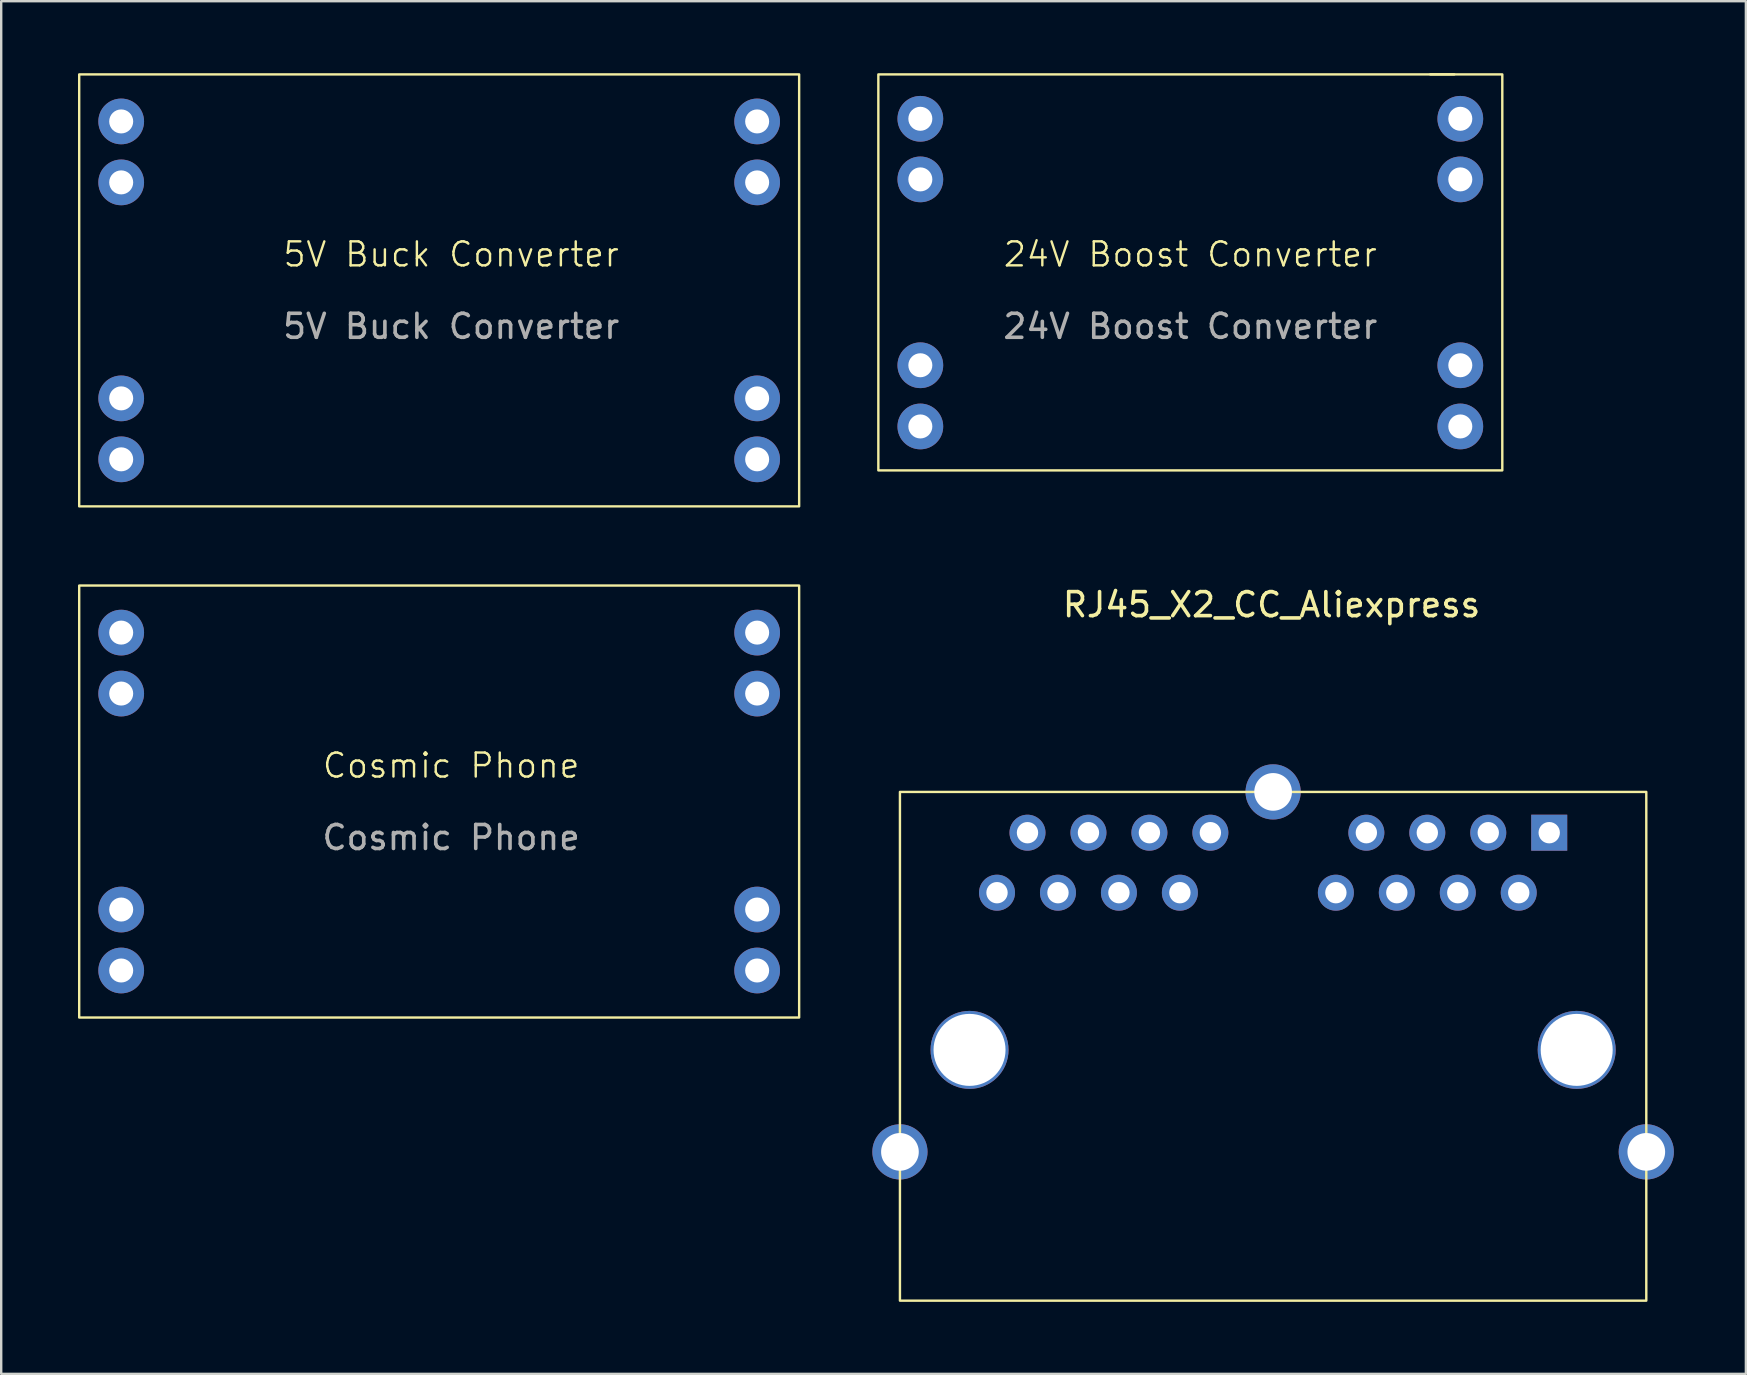
<source format=kicad_pcb>
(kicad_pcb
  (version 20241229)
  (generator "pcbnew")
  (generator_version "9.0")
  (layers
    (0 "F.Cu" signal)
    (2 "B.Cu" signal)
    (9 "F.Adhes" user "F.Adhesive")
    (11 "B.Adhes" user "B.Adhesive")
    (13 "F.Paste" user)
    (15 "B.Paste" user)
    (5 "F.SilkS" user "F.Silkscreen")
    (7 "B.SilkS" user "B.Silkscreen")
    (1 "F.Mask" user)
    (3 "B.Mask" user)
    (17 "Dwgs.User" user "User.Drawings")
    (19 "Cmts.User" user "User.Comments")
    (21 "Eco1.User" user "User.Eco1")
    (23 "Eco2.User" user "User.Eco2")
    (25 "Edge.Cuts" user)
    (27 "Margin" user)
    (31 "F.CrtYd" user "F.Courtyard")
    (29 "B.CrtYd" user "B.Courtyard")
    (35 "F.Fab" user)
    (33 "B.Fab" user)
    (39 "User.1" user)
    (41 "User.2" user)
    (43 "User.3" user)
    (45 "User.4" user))
  (footprint "5V Buck Converter"
    (layer "F.Cu")
    (at 0.25 18.05)
    (property "Reference" "5V Buck Converter" (at 15.5 -10.5 0) (unlocked yes) (layer "F.SilkS") (effects (font (size 1 1) (thickness 0.1))))
    (attr smd)
    (fp_rect (start 0 -18) (end 30 0) (stroke (width 0.1) (type solid)) (fill no) (layer "F.SilkS"))
    (fp_text user "${REFERENCE}" (at 15.5 -7.5 0) (unlocked yes) (layer "F.Fab") (effects (font (size 1 1) (thickness 0.15))))
    (pad "1" thru_hole circle (at 1.75 -16.04) (size 1.905 1.905) (drill 1) (layers "*.Cu" "*.Mask"))
    (pad "2" thru_hole circle (at 1.75 -13.5) (size 1.905 1.905) (drill 1) (layers "*.Cu" "*.Mask"))
    (pad "3" thru_hole circle (at 1.75 -4.5) (size 1.905 1.905) (drill 1) (layers "*.Cu" "*.Mask"))
    (pad "4" thru_hole circle (at 1.75 -1.96) (size 1.905 1.905) (drill 1) (layers "*.Cu" "*.Mask"))
    (pad "5" thru_hole circle (at 28.25 -1.96) (size 1.905 1.905) (drill 1) (layers "*.Cu" "*.Mask"))
    (pad "6" thru_hole circle (at 28.25 -4.5) (size 1.905 1.905) (drill 1) (layers "*.Cu" "*.Mask"))
    (pad "7" thru_hole circle (at 28.25 -13.5) (size 1.905 1.905) (drill 1) (layers "*.Cu" "*.Mask"))
    (pad "8" thru_hole circle (at 28.25 -16.04) (size 1.905 1.905) (drill 1) (layers "*.Cu" "*.Mask")))
  (footprint "RJ45_X2_CC_Aliexpress"
    (layer "F.Cu")
    (at 38.505 31.648)
    (property "Reference" "RJ45_X2_CC_Aliexpress" (at 11.43 -9.5 0) (layer "F.SilkS") (effects (font (size 1 1) (thickness 0.15))))
    (attr through_hole)
    (fp_rect (start 27.045 -1.7) (end -4.055 19.5) (stroke (width 0.1) (type solid)) (fill no) (layer "F.SilkS"))
    (pad "" np_thru_hole circle (at -1.155 9.05) (size 3.25 3.25) (drill 3) (layers "*.Cu" "*.Mask"))
    (pad "" np_thru_hole circle (at 24.145 9.05) (size 3.25 3.25) (drill 3) (layers "*.Cu" "*.Mask"))
    (pad "1" thru_hole circle (at -0.01 2.5) (size 1.5 1.5) (drill 0.89) (layers "*.Cu" "*.Mask"))
    (pad "2" thru_hole circle (at 1.26 0) (size 1.5 1.5) (drill 0.89) (layers "*.Cu" "*.Mask"))
    (pad "3" thru_hole circle (at 2.53 2.5) (size 1.5 1.5) (drill 0.89) (layers "*.Cu" "*.Mask"))
    (pad "4" thru_hole circle (at 3.8 0) (size 1.5 1.5) (drill 0.89) (layers "*.Cu" "*.Mask"))
    (pad "5" thru_hole circle (at 5.07 2.5) (size 1.5 1.5) (drill 0.89) (layers "*.Cu" "*.Mask"))
    (pad "6" thru_hole circle (at 6.34 0) (size 1.5 1.5) (drill 0.89) (layers "*.Cu" "*.Mask"))
    (pad "7" thru_hole circle (at 7.61 2.5) (size 1.5 1.5) (drill 0.89) (layers "*.Cu" "*.Mask"))
    (pad "8" thru_hole circle (at 8.88 0) (size 1.5 1.5) (drill 0.89) (layers "*.Cu" "*.Mask"))
    (pad "9" thru_hole circle (at 14.11 2.5) (size 1.5 1.5) (drill 0.89) (layers "*.Cu" "*.Mask"))
    (pad "10" thru_hole circle (at 15.38 0) (size 1.5 1.5) (drill 0.89) (layers "*.Cu" "*.Mask"))
    (pad "11" thru_hole circle (at 16.65 2.5) (size 1.5 1.5) (drill 0.89) (layers "*.Cu" "*.Mask"))
    (pad "12" thru_hole circle (at 17.92 0) (size 1.5 1.5) (drill 0.89) (layers "*.Cu" "*.Mask"))
    (pad "13" thru_hole circle (at 19.19 2.5) (size 1.5 1.5) (drill 0.89) (layers "*.Cu" "*.Mask"))
    (pad "14" thru_hole circle (at 20.46 0) (size 1.5 1.5) (drill 0.89) (layers "*.Cu" "*.Mask"))
    (pad "15" thru_hole circle (at 21.73 2.5) (size 1.5 1.5) (drill 0.89) (layers "*.Cu" "*.Mask"))
    (pad "16" thru_hole rect (at 23 0) (size 1.5 1.5) (drill 0.89) (layers "*.Cu" "*.Mask"))
    (pad "SH" thru_hole circle (at -4.055 13.3) (size 2.3 2.3) (drill 1.57) (layers "*.Cu" "*.Mask"))
    (pad "SH" thru_hole circle (at 11.495 -1.7) (size 2.3 2.3) (drill 1.57) (layers "*.Cu" "*.Mask"))
    (pad "SH" thru_hole circle (at 27.045 13.3) (size 2.3 2.3) (drill 1.57) (layers "*.Cu" "*.Mask")))
  (footprint "Cosmic Phone"
    (layer "F.Cu")
    (at 0.25 39.35)
    (property "Reference" "Cosmic Phone" (at 15.5 -10.5 0) (unlocked yes) (layer "F.SilkS") (effects (font (size 1 1) (thickness 0.1))))
    (attr smd)
    (fp_rect (start 0 -18) (end 30 0) (stroke (width 0.1) (type solid)) (fill no) (layer "F.SilkS"))
    (fp_text user "${REFERENCE}" (at 15.5 -7.5 0) (unlocked yes) (layer "F.Fab") (effects (font (size 1 1) (thickness 0.15))))
    (pad "1" thru_hole circle (at 1.75 -16.04) (size 1.905 1.905) (drill 1) (layers "*.Cu" "*.Mask"))
    (pad "2" thru_hole circle (at 1.75 -13.5) (size 1.905 1.905) (drill 1) (layers "*.Cu" "*.Mask"))
    (pad "3" thru_hole circle (at 1.75 -4.5) (size 1.905 1.905) (drill 1) (layers "*.Cu" "*.Mask"))
    (pad "4" thru_hole circle (at 1.75 -1.96) (size 1.905 1.905) (drill 1) (layers "*.Cu" "*.Mask"))
    (pad "5" thru_hole circle (at 28.25 -1.96) (size 1.905 1.905) (drill 1) (layers "*.Cu" "*.Mask"))
    (pad "6" thru_hole circle (at 28.25 -4.5) (size 1.905 1.905) (drill 1) (layers "*.Cu" "*.Mask"))
    (pad "7" thru_hole circle (at 28.25 -13.5) (size 1.905 1.905) (drill 1) (layers "*.Cu" "*.Mask"))
    (pad "8" thru_hole circle (at 28.25 -16.04) (size 1.905 1.905) (drill 1) (layers "*.Cu" "*.Mask")))
  (footprint "24V Boost Converter"
    (layer "F.Cu")
    (at 33.55 16.55)
    (property "Reference" "24V Boost Converter" (at 13 -9 0) (unlocked yes) (layer "F.SilkS") (effects (font (size 1 1) (thickness 0.1))))
    (attr smd)
    (fp_rect (start 0 -16.5) (end 26 0) (stroke (width 0.1) (type default)) (fill no) (layer "F.SilkS"))
    (fp_rect (start 23 -16.5) (end 24 -16.5) (stroke (width 0.1) (type default)) (fill no) (layer "F.SilkS"))
    (fp_text user "${REFERENCE}" (at 13 -6 0) (unlocked yes) (layer "F.Fab") (effects (font (size 1 1) (thickness 0.15))))
    (pad "1" thru_hole circle (at 1.75 -14.65) (size 1.905 1.905) (drill 1) (layers "*.Cu" "*.Mask"))
    (pad "2" thru_hole circle (at 1.75 -12.125) (size 1.905 1.905) (drill 1) (layers "*.Cu" "*.Mask"))
    (pad "3" thru_hole circle (at 1.75 -4.38) (size 1.905 1.905) (drill 1) (layers "*.Cu" "*.Mask"))
    (pad "4" thru_hole circle (at 1.75 -1.83) (size 1.905 1.905) (drill 1) (layers "*.Cu" "*.Mask"))
    (pad "5" thru_hole circle (at 24.25 -1.83) (size 1.905 1.905) (drill 1) (layers "*.Cu" "*.Mask"))
    (pad "6" thru_hole circle (at 24.25 -4.38) (size 1.905 1.905) (drill 1) (layers "*.Cu" "*.Mask"))
    (pad "7" thru_hole circle (at 24.25 -12.125) (size 1.905 1.905) (drill 1) (layers "*.Cu" "*.Mask"))
    (pad "8" thru_hole circle (at 24.25 -14.65) (size 1.905 1.905) (drill 1) (layers "*.Cu" "*.Mask")))
  (gr_rect
    (start -3 -3)
    (end 69.7 54.198)
    (stroke (width 0.1) (type default))
    (fill no)
    (layer "Edge.Cuts")))
</source>
